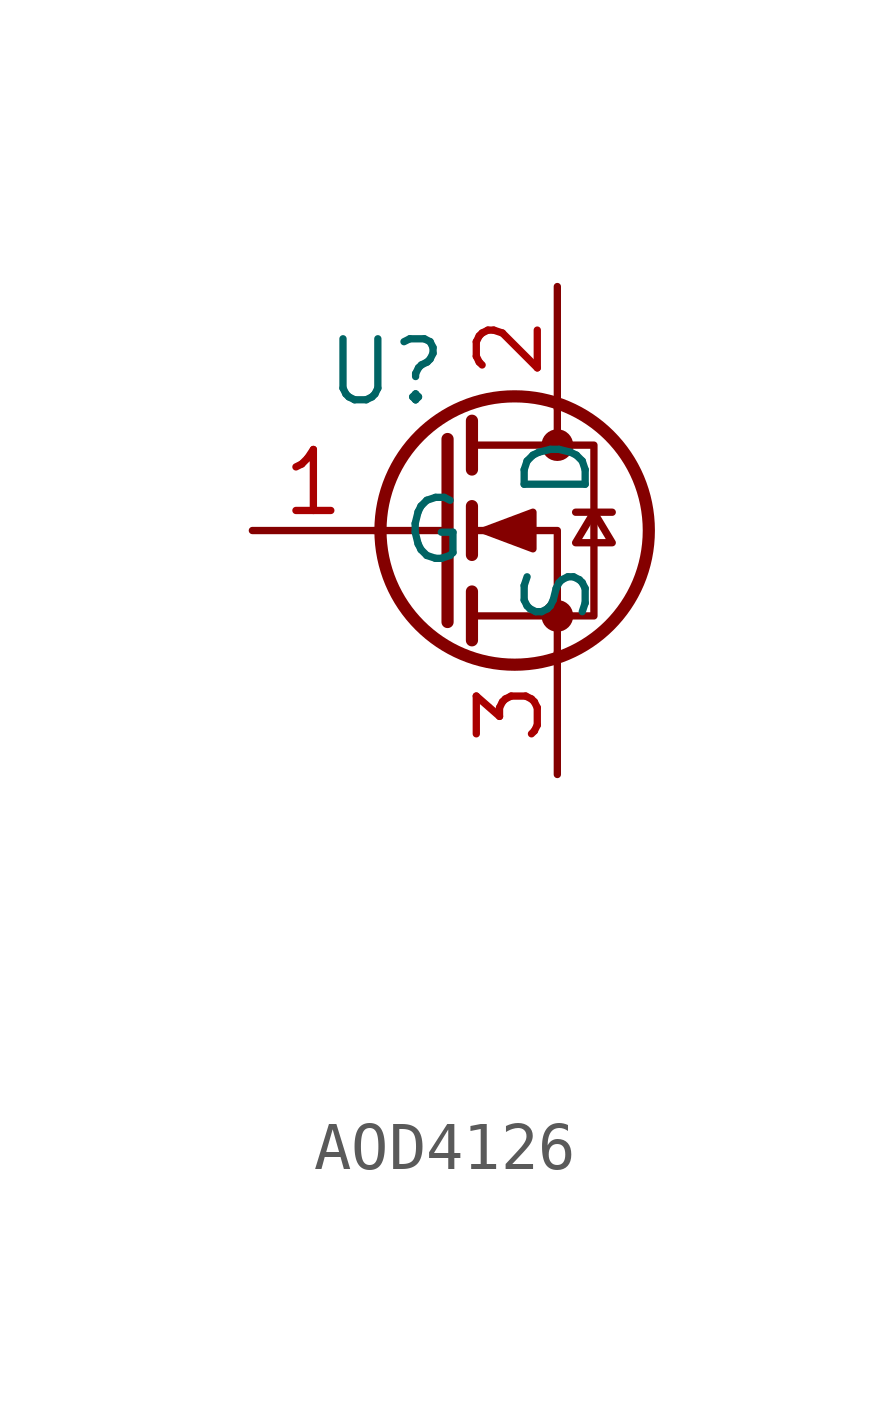
<source format=kicad_sym>
(kicad_symbol_lib
  (version 20231120)
  (generator "kicad_symbol_editor")
  (generator_version "8.0")
  (symbol "AOD4126"
    (property "Reference" "U"
      (at -3.556 3.302 0)
      (effects (font (size 1.27 1.27))))
    (property "Value" ""
      (at 0 -10.16 0)
      (effects (font (size 1.27 1.27))))
    (symbol "AOD4126_0_1"
      (circle (center -0.889 0) (radius 2.794) (stroke (width 0.254) (type default)) (fill (type none)))
      (circle (center 0 -1.778) (radius 0.254) (stroke (width 0) (type default)) (fill (type outline)))
      (polyline (pts (xy -2.286 0) (xy -3.81 0)) (stroke (width 0) (type default)) (fill (type none)))
      (polyline (pts (xy -2.286 1.905) (xy -2.286 -1.905)) (stroke (width 0.254) (type default)) (fill (type none)))
      (polyline (pts (xy -1.778 -1.27) (xy -1.778 -2.286)) (stroke (width 0.254) (type default)) (fill (type none)))
      (polyline (pts (xy -1.778 0.508) (xy -1.778 -0.508)) (stroke (width 0.254) (type default)) (fill (type none)))
      (polyline (pts (xy -1.778 2.286) (xy -1.778 1.27)) (stroke (width 0.254) (type default)) (fill (type none)))
      (polyline (pts (xy 0 2.54) (xy 0 1.778)) (stroke (width 0) (type default)) (fill (type none)))
      (polyline (pts (xy 0.381 0.381) (xy 1.143 0.381)) (stroke (width 0) (type default)) (fill (type none)))
      (polyline (pts (xy 0 -2.54) (xy 0 0) (xy -1.778 0)) (stroke (width 0) (type default)) (fill (type none)))
      (polyline (pts (xy -1.778 -1.778) (xy 0.762 -1.778) (xy 0.762 1.778) (xy -1.778 1.778)) (stroke (width 0) (type default)) (fill (type none)))
      (polyline (pts (xy -1.524 0) (xy -0.508 0.381) (xy -0.508 -0.381) (xy -1.524 0)) (stroke (width 0) (type default)) (fill (type outline)))
      (polyline (pts (xy 0.762 0.381) (xy 0.381 -0.254) (xy 1.143 -0.254) (xy 0.762 0.381)) (stroke (width 0) (type default)) (fill (type none)))
      (circle (center 0 1.778) (radius 0.254) (stroke (width 0) (type default)) (fill (type outline))))
    (symbol "AOD4126_1_1"
      (pin input line (at -6.35 0 0) (length 2.54) (name "G" (effects (font (size 1.27 1.27)))) (number "1" (effects (font (size 1.27 1.27)))))
      (pin passive line (at 0 5.08 270) (length 2.54) (name "D" (effects (font (size 1.27 1.27)))) (number "2" (effects (font (size 1.27 1.27)))))
      (pin passive line (at 0 -5.08 90) (length 2.54) (name "S" (effects (font (size 1.27 1.27)))) (number "3" (effects (font (size 1.27 1.27))))))))
</source>
